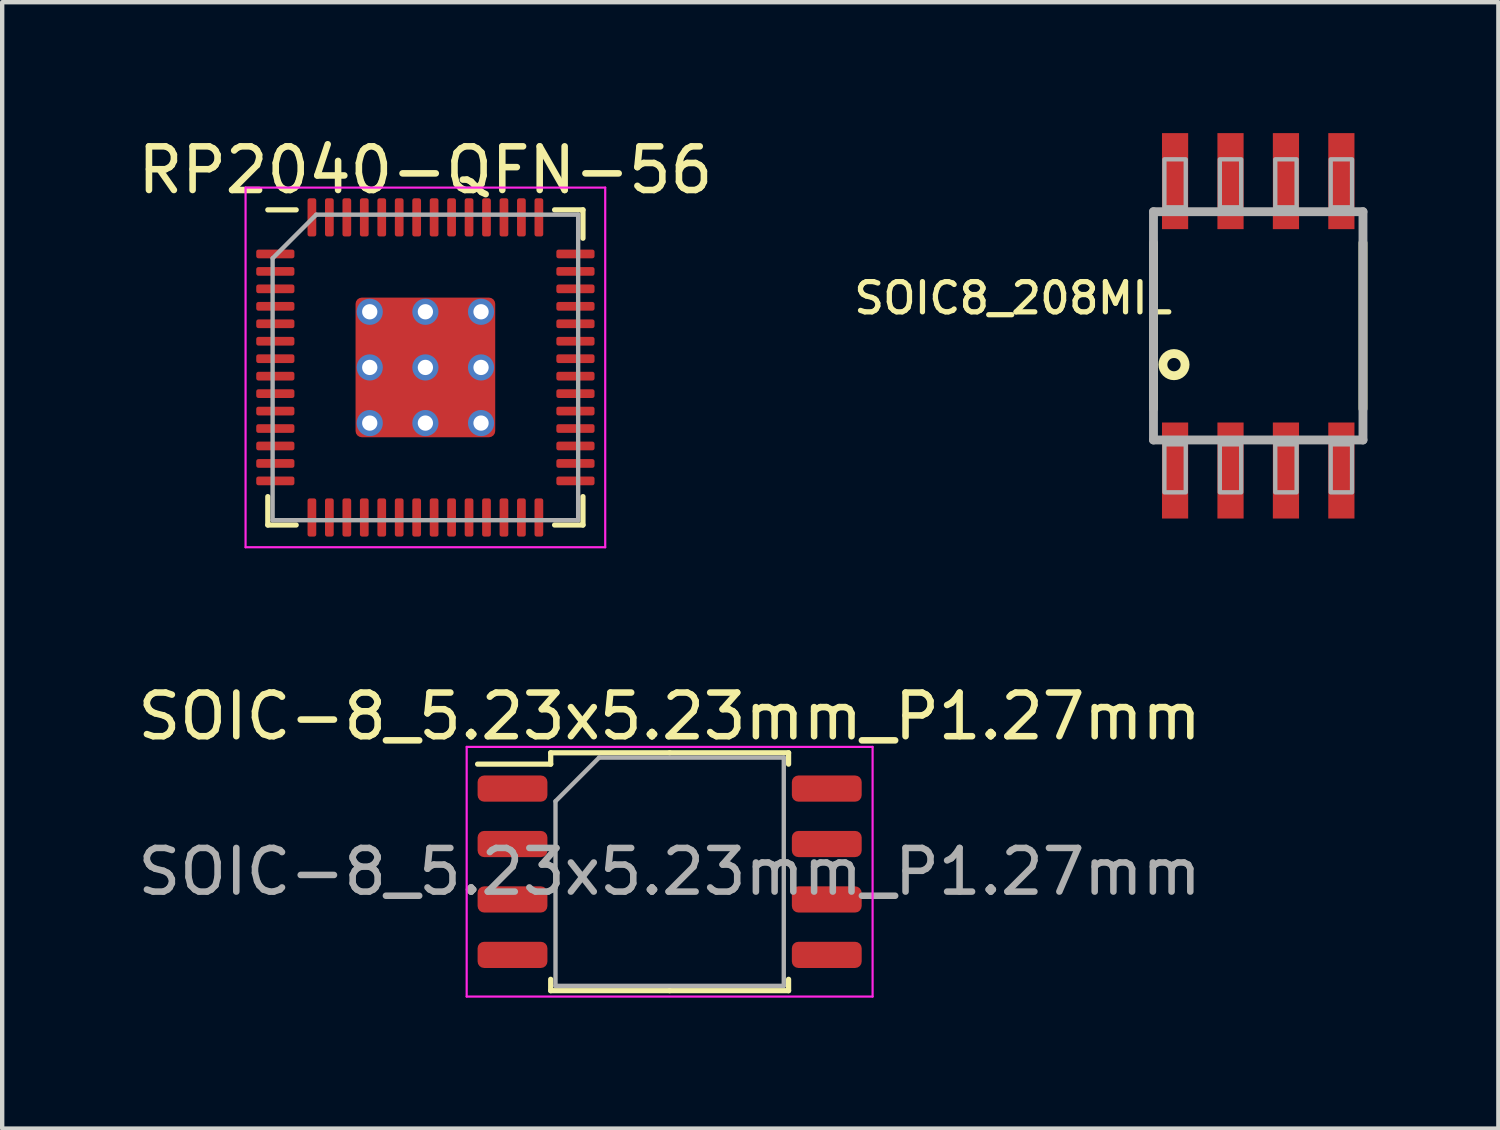
<source format=kicad_pcb>
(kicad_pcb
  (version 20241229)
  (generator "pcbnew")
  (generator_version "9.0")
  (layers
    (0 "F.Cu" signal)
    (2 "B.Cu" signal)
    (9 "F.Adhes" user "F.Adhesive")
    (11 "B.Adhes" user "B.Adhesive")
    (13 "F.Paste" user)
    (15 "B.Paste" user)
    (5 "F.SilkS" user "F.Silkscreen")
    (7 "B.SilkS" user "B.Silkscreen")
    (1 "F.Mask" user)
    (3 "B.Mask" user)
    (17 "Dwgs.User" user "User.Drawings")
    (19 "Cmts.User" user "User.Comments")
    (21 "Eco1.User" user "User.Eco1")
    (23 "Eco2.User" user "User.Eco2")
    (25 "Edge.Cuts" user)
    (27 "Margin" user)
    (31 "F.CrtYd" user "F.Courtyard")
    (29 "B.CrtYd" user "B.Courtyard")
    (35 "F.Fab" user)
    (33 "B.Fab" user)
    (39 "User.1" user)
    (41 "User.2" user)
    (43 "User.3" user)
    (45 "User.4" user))
  (footprint "RP2040-QFN-56"
    (layer "F.Cu")
    (at 6.696 5.368)
    (property "Reference" "RP2040-QFN-56" (at 0 -4.52 180) (layer "F.SilkS") (effects (font (size 1 1) (thickness 0.15))))
    (attr smd)
    (fp_line (start -3.61 3.61) (end -3.61 2.96) (stroke (width 0.12) (type solid)) (layer "F.SilkS"))
    (fp_line (start -2.96 -3.61) (end -3.61 -3.61) (stroke (width 0.12) (type solid)) (layer "F.SilkS"))
    (fp_line (start -2.96 3.61) (end -3.61 3.61) (stroke (width 0.12) (type solid)) (layer "F.SilkS"))
    (fp_line (start 2.96 -3.61) (end 3.61 -3.61) (stroke (width 0.12) (type solid)) (layer "F.SilkS"))
    (fp_line (start 2.96 3.61) (end 3.61 3.61) (stroke (width 0.12) (type solid)) (layer "F.SilkS"))
    (fp_line (start 3.61 -3.61) (end 3.61 -2.96) (stroke (width 0.12) (type solid)) (layer "F.SilkS"))
    (fp_line (start 3.61 3.61) (end 3.61 2.96) (stroke (width 0.12) (type solid)) (layer "F.SilkS"))
    (fp_line (start -4.12 -4.12) (end -4.12 4.12) (stroke (width 0.05) (type solid)) (layer "F.CrtYd"))
    (fp_line (start -4.12 4.12) (end 4.12 4.12) (stroke (width 0.05) (type solid)) (layer "F.CrtYd"))
    (fp_line (start 4.12 -4.12) (end -4.12 -4.12) (stroke (width 0.05) (type solid)) (layer "F.CrtYd"))
    (fp_line (start 4.12 4.12) (end 4.12 -4.12) (stroke (width 0.05) (type solid)) (layer "F.CrtYd"))
    (fp_line (start -3.5 -2.5) (end -2.5 -3.5) (stroke (width 0.1) (type solid)) (layer "F.Fab"))
    (fp_line (start -3.5 3.5) (end -3.5 -2.5) (stroke (width 0.1) (type solid)) (layer "F.Fab"))
    (fp_line (start -2.5 -3.5) (end 3.5 -3.5) (stroke (width 0.1) (type solid)) (layer "F.Fab"))
    (fp_line (start 3.5 -3.5) (end 3.5 3.5) (stroke (width 0.1) (type solid)) (layer "F.Fab"))
    (fp_line (start 3.5 3.5) (end -3.5 3.5) (stroke (width 0.1) (type solid)) (layer "F.Fab"))
    (pad "" smd roundrect (at -0.637 -0.637) (size 1.084 1.084) (layers "F.Paste") (roundrect_rratio 0.231))
    (pad "" smd roundrect (at -0.637 0.637) (size 1.084 1.084) (layers "F.Paste") (roundrect_rratio 0.231))
    (pad "" smd roundrect (at 0.637 -0.637) (size 1.084 1.084) (layers "F.Paste") (roundrect_rratio 0.231))
    (pad "" smd roundrect (at 0.637 0.637) (size 1.084 1.084) (layers "F.Paste") (roundrect_rratio 0.231))
    (pad "1" smd roundrect (at -3.438 -2.6) (size 0.875 0.2) (layers "F.Cu" "F.Mask" "F.Paste") (roundrect_rratio 0.25))
    (pad "2" smd roundrect (at -3.438 -2.2) (size 0.875 0.2) (layers "F.Cu" "F.Mask" "F.Paste") (roundrect_rratio 0.25))
    (pad "3" smd roundrect (at -3.438 -1.8) (size 0.875 0.2) (layers "F.Cu" "F.Mask" "F.Paste") (roundrect_rratio 0.25))
    (pad "4" smd roundrect (at -3.438 -1.4) (size 0.875 0.2) (layers "F.Cu" "F.Mask" "F.Paste") (roundrect_rratio 0.25))
    (pad "5" smd roundrect (at -3.438 -1) (size 0.875 0.2) (layers "F.Cu" "F.Mask" "F.Paste") (roundrect_rratio 0.25))
    (pad "6" smd roundrect (at -3.438 -0.6) (size 0.875 0.2) (layers "F.Cu" "F.Mask" "F.Paste") (roundrect_rratio 0.25))
    (pad "7" smd roundrect (at -3.438 -0.2) (size 0.875 0.2) (layers "F.Cu" "F.Mask" "F.Paste") (roundrect_rratio 0.25))
    (pad "8" smd roundrect (at -3.438 0.2) (size 0.875 0.2) (layers "F.Cu" "F.Mask" "F.Paste") (roundrect_rratio 0.25))
    (pad "9" smd roundrect (at -3.438 0.6) (size 0.875 0.2) (layers "F.Cu" "F.Mask" "F.Paste") (roundrect_rratio 0.25))
    (pad "10" smd roundrect (at -3.438 1) (size 0.875 0.2) (layers "F.Cu" "F.Mask" "F.Paste") (roundrect_rratio 0.25))
    (pad "11" smd roundrect (at -3.438 1.4) (size 0.875 0.2) (layers "F.Cu" "F.Mask" "F.Paste") (roundrect_rratio 0.25))
    (pad "12" smd roundrect (at -3.438 1.8) (size 0.875 0.2) (layers "F.Cu" "F.Mask" "F.Paste") (roundrect_rratio 0.25))
    (pad "13" smd roundrect (at -3.438 2.2) (size 0.875 0.2) (layers "F.Cu" "F.Mask" "F.Paste") (roundrect_rratio 0.25))
    (pad "14" smd roundrect (at -3.438 2.6) (size 0.875 0.2) (layers "F.Cu" "F.Mask" "F.Paste") (roundrect_rratio 0.25))
    (pad "15" smd roundrect (at -2.6 3.438) (size 0.2 0.875) (layers "F.Cu" "F.Mask" "F.Paste") (roundrect_rratio 0.25))
    (pad "16" smd roundrect (at -2.2 3.438) (size 0.2 0.875) (layers "F.Cu" "F.Mask" "F.Paste") (roundrect_rratio 0.25))
    (pad "17" smd roundrect (at -1.8 3.438) (size 0.2 0.875) (layers "F.Cu" "F.Mask" "F.Paste") (roundrect_rratio 0.25))
    (pad "18" smd roundrect (at -1.4 3.438) (size 0.2 0.875) (layers "F.Cu" "F.Mask" "F.Paste") (roundrect_rratio 0.25))
    (pad "19" smd roundrect (at -1 3.438) (size 0.2 0.875) (layers "F.Cu" "F.Mask" "F.Paste") (roundrect_rratio 0.25))
    (pad "20" smd roundrect (at -0.6 3.438) (size 0.2 0.875) (layers "F.Cu" "F.Mask" "F.Paste") (roundrect_rratio 0.25))
    (pad "21" smd roundrect (at -0.2 3.438) (size 0.2 0.875) (layers "F.Cu" "F.Mask" "F.Paste") (roundrect_rratio 0.25))
    (pad "22" smd roundrect (at 0.2 3.438) (size 0.2 0.875) (layers "F.Cu" "F.Mask" "F.Paste") (roundrect_rratio 0.25))
    (pad "23" smd roundrect (at 0.6 3.438) (size 0.2 0.875) (layers "F.Cu" "F.Mask" "F.Paste") (roundrect_rratio 0.25))
    (pad "24" smd roundrect (at 1 3.438) (size 0.2 0.875) (layers "F.Cu" "F.Mask" "F.Paste") (roundrect_rratio 0.25))
    (pad "25" smd roundrect (at 1.4 3.438) (size 0.2 0.875) (layers "F.Cu" "F.Mask" "F.Paste") (roundrect_rratio 0.25))
    (pad "26" smd roundrect (at 1.8 3.438) (size 0.2 0.875) (layers "F.Cu" "F.Mask" "F.Paste") (roundrect_rratio 0.25))
    (pad "27" smd roundrect (at 2.2 3.438) (size 0.2 0.875) (layers "F.Cu" "F.Mask" "F.Paste") (roundrect_rratio 0.25))
    (pad "28" smd roundrect (at 2.6 3.438) (size 0.2 0.875) (layers "F.Cu" "F.Mask" "F.Paste") (roundrect_rratio 0.25))
    (pad "29" smd roundrect (at 3.438 2.6) (size 0.875 0.2) (layers "F.Cu" "F.Mask" "F.Paste") (roundrect_rratio 0.25))
    (pad "30" smd roundrect (at 3.438 2.2) (size 0.875 0.2) (layers "F.Cu" "F.Mask" "F.Paste") (roundrect_rratio 0.25))
    (pad "31" smd roundrect (at 3.438 1.8) (size 0.875 0.2) (layers "F.Cu" "F.Mask" "F.Paste") (roundrect_rratio 0.25))
    (pad "32" smd roundrect (at 3.438 1.4) (size 0.875 0.2) (layers "F.Cu" "F.Mask" "F.Paste") (roundrect_rratio 0.25))
    (pad "33" smd roundrect (at 3.438 1) (size 0.875 0.2) (layers "F.Cu" "F.Mask" "F.Paste") (roundrect_rratio 0.25))
    (pad "34" smd roundrect (at 3.438 0.6) (size 0.875 0.2) (layers "F.Cu" "F.Mask" "F.Paste") (roundrect_rratio 0.25))
    (pad "35" smd roundrect (at 3.438 0.2) (size 0.875 0.2) (layers "F.Cu" "F.Mask" "F.Paste") (roundrect_rratio 0.25))
    (pad "36" smd roundrect (at 3.438 -0.2) (size 0.875 0.2) (layers "F.Cu" "F.Mask" "F.Paste") (roundrect_rratio 0.25))
    (pad "37" smd roundrect (at 3.438 -0.6) (size 0.875 0.2) (layers "F.Cu" "F.Mask" "F.Paste") (roundrect_rratio 0.25))
    (pad "38" smd roundrect (at 3.438 -1) (size 0.875 0.2) (layers "F.Cu" "F.Mask" "F.Paste") (roundrect_rratio 0.25))
    (pad "39" smd roundrect (at 3.438 -1.4) (size 0.875 0.2) (layers "F.Cu" "F.Mask" "F.Paste") (roundrect_rratio 0.25))
    (pad "40" smd roundrect (at 3.438 -1.8) (size 0.875 0.2) (layers "F.Cu" "F.Mask" "F.Paste") (roundrect_rratio 0.25))
    (pad "41" smd roundrect (at 3.438 -2.2) (size 0.875 0.2) (layers "F.Cu" "F.Mask" "F.Paste") (roundrect_rratio 0.25))
    (pad "42" smd roundrect (at 3.438 -2.6) (size 0.875 0.2) (layers "F.Cu" "F.Mask" "F.Paste") (roundrect_rratio 0.25))
    (pad "43" smd roundrect (at 2.6 -3.438) (size 0.2 0.875) (layers "F.Cu" "F.Mask" "F.Paste") (roundrect_rratio 0.25))
    (pad "44" smd roundrect (at 2.2 -3.438) (size 0.2 0.875) (layers "F.Cu" "F.Mask" "F.Paste") (roundrect_rratio 0.25))
    (pad "45" smd roundrect (at 1.8 -3.438) (size 0.2 0.875) (layers "F.Cu" "F.Mask" "F.Paste") (roundrect_rratio 0.25))
    (pad "46" smd roundrect (at 1.4 -3.438) (size 0.2 0.875) (layers "F.Cu" "F.Mask" "F.Paste") (roundrect_rratio 0.25))
    (pad "47" smd roundrect (at 1 -3.438) (size 0.2 0.875) (layers "F.Cu" "F.Mask" "F.Paste") (roundrect_rratio 0.25))
    (pad "48" smd roundrect (at 0.6 -3.438) (size 0.2 0.875) (layers "F.Cu" "F.Mask" "F.Paste") (roundrect_rratio 0.25))
    (pad "49" smd roundrect (at 0.2 -3.438) (size 0.2 0.875) (layers "F.Cu" "F.Mask" "F.Paste") (roundrect_rratio 0.25))
    (pad "50" smd roundrect (at -0.2 -3.438) (size 0.2 0.875) (layers "F.Cu" "F.Mask" "F.Paste") (roundrect_rratio 0.25))
    (pad "51" smd roundrect (at -0.6 -3.438) (size 0.2 0.875) (layers "F.Cu" "F.Mask" "F.Paste") (roundrect_rratio 0.25))
    (pad "52" smd roundrect (at -1 -3.438) (size 0.2 0.875) (layers "F.Cu" "F.Mask" "F.Paste") (roundrect_rratio 0.25))
    (pad "53" smd roundrect (at -1.4 -3.438) (size 0.2 0.875) (layers "F.Cu" "F.Mask" "F.Paste") (roundrect_rratio 0.25))
    (pad "54" smd roundrect (at -1.8 -3.438) (size 0.2 0.875) (layers "F.Cu" "F.Mask" "F.Paste") (roundrect_rratio 0.25))
    (pad "55" smd roundrect (at -2.2 -3.438) (size 0.2 0.875) (layers "F.Cu" "F.Mask" "F.Paste") (roundrect_rratio 0.25))
    (pad "56" smd roundrect (at -2.6 -3.438) (size 0.2 0.875) (layers "F.Cu" "F.Mask" "F.Paste") (roundrect_rratio 0.25))
    (pad "57" thru_hole circle (at -1.275 -1.275) (size 0.6 0.6) (drill 0.35) (layers "*.Cu"))
    (pad "57" thru_hole circle (at -1.275 0) (size 0.6 0.6) (drill 0.35) (layers "*.Cu"))
    (pad "57" thru_hole circle (at -1.275 1.275) (size 0.6 0.6) (drill 0.35) (layers "*.Cu"))
    (pad "57" thru_hole circle (at 0 -1.275) (size 0.6 0.6) (drill 0.35) (layers "*.Cu"))
    (pad "57" thru_hole circle (at 0 0) (size 0.6 0.6) (drill 0.35) (layers "*.Cu"))
    (pad "57" smd roundrect (at 0 0) (size 3.2 3.2) (layers "F.Cu" "F.Mask") (roundrect_rratio 0.045))
    (pad "57" thru_hole circle (at 0 1.275) (size 0.6 0.6) (drill 0.35) (layers "*.Cu"))
    (pad "57" thru_hole circle (at 1.275 -1.275) (size 0.6 0.6) (drill 0.35) (layers "*.Cu"))
    (pad "57" thru_hole circle (at 1.275 0) (size 0.6 0.6) (drill 0.35) (layers "*.Cu"))
    (pad "57" thru_hole circle (at 1.275 1.275) (size 0.6 0.6) (drill 0.35) (layers "*.Cu")))
  (footprint "SOIC-8_5.23x5.23mm_P1.27mm"
    (layer "F.Cu")
    (at 12.292 16.922)
    (property "Reference" "SOIC-8_5.23x5.23mm_P1.27mm" (at 0 -3.56 0) (layer "F.SilkS") (effects (font (size 1 1) (thickness 0.15))))
    (attr smd)
    (fp_line (start -2.725 -2.725) (end -2.725 -2.465) (stroke (width 0.12) (type solid)) (layer "F.SilkS"))
    (fp_line (start -2.725 -2.465) (end -4.4 -2.465) (stroke (width 0.12) (type solid)) (layer "F.SilkS"))
    (fp_line (start -2.725 2.725) (end -2.725 2.465) (stroke (width 0.12) (type solid)) (layer "F.SilkS"))
    (fp_line (start 0 -2.725) (end -2.725 -2.725) (stroke (width 0.12) (type solid)) (layer "F.SilkS"))
    (fp_line (start 0 -2.725) (end 2.725 -2.725) (stroke (width 0.12) (type solid)) (layer "F.SilkS"))
    (fp_line (start 0 2.725) (end -2.725 2.725) (stroke (width 0.12) (type solid)) (layer "F.SilkS"))
    (fp_line (start 0 2.725) (end 2.725 2.725) (stroke (width 0.12) (type solid)) (layer "F.SilkS"))
    (fp_line (start 2.725 -2.725) (end 2.725 -2.465) (stroke (width 0.12) (type solid)) (layer "F.SilkS"))
    (fp_line (start 2.725 2.725) (end 2.725 2.465) (stroke (width 0.12) (type solid)) (layer "F.SilkS"))
    (fp_line (start -4.65 -2.86) (end -4.65 2.86) (stroke (width 0.05) (type solid)) (layer "F.CrtYd"))
    (fp_line (start -4.65 2.86) (end 4.65 2.86) (stroke (width 0.05) (type solid)) (layer "F.CrtYd"))
    (fp_line (start 4.65 -2.86) (end -4.65 -2.86) (stroke (width 0.05) (type solid)) (layer "F.CrtYd"))
    (fp_line (start 4.65 2.86) (end 4.65 -2.86) (stroke (width 0.05) (type solid)) (layer "F.CrtYd"))
    (fp_line (start -2.615 -1.615) (end -1.615 -2.615) (stroke (width 0.1) (type solid)) (layer "F.Fab"))
    (fp_line (start -2.615 2.615) (end -2.615 -1.615) (stroke (width 0.1) (type solid)) (layer "F.Fab"))
    (fp_line (start -1.615 -2.615) (end 2.615 -2.615) (stroke (width 0.1) (type solid)) (layer "F.Fab"))
    (fp_line (start 2.615 -2.615) (end 2.615 2.615) (stroke (width 0.1) (type solid)) (layer "F.Fab"))
    (fp_line (start 2.615 2.615) (end -2.615 2.615) (stroke (width 0.1) (type solid)) (layer "F.Fab"))
    (fp_text user "${REFERENCE}" (at 0 0 0) (layer "F.Fab") (effects (font (size 1 1) (thickness 0.15))))
    (pad "1" smd roundrect (at -3.6 -1.905) (size 1.6 0.6) (layers "F.Cu" "F.Mask" "F.Paste") (roundrect_rratio 0.25))
    (pad "2" smd roundrect (at -3.6 -0.635) (size 1.6 0.6) (layers "F.Cu" "F.Mask" "F.Paste") (roundrect_rratio 0.25))
    (pad "3" smd roundrect (at -3.6 0.635) (size 1.6 0.6) (layers "F.Cu" "F.Mask" "F.Paste") (roundrect_rratio 0.25))
    (pad "4" smd roundrect (at -3.6 1.905) (size 1.6 0.6) (layers "F.Cu" "F.Mask" "F.Paste") (roundrect_rratio 0.25))
    (pad "5" smd roundrect (at 3.6 1.905) (size 1.6 0.6) (layers "F.Cu" "F.Mask" "F.Paste") (roundrect_rratio 0.25))
    (pad "6" smd roundrect (at 3.6 0.635) (size 1.6 0.6) (layers "F.Cu" "F.Mask" "F.Paste") (roundrect_rratio 0.25))
    (pad "7" smd roundrect (at 3.6 -0.635) (size 1.6 0.6) (layers "F.Cu" "F.Mask" "F.Paste") (roundrect_rratio 0.25))
    (pad "8" smd roundrect (at 3.6 -1.905) (size 1.6 0.6) (layers "F.Cu" "F.Mask" "F.Paste") (roundrect_rratio 0.25)))
  (footprint "SOIC8_208MIL"
    (layer "F.Cu")
    (at 25.777 4.415)
    (property "Reference" "SOIC8_208MIL" (at -1.905 -0.635 180) (layer "F.SilkS") (effects (font (size 0.693 0.693) (thickness 0.12)) (justify right)))
    (fp_line (start -2.4 1.9) (end -2.4 -1.9) (stroke (width 0.203) (type solid)) (layer "F.SilkS"))
    (fp_line (start 2.4 -1.9) (end 2.4 1.9) (stroke (width 0.203) (type solid)) (layer "F.SilkS"))
    (fp_circle (center -1.93 0.889) (end -1.676 0.889) (stroke (width 0.203) (type solid)) (fill no) (layer "F.SilkS"))
    (fp_line (start -2.4 -2.615) (end 2.4 -2.615) (stroke (width 0.203) (type solid)) (layer "F.Fab"))
    (fp_line (start -2.4 2.615) (end -2.4 -2.615) (stroke (width 0.203) (type solid)) (layer "F.Fab"))
    (fp_line (start 2.4 -2.615) (end 2.4 2.615) (stroke (width 0.203) (type solid)) (layer "F.Fab"))
    (fp_line (start 2.4 2.615) (end -2.4 2.615) (stroke (width 0.203) (type solid)) (layer "F.Fab"))
    (fp_poly (pts (xy -2.15 -2.715) (xy -1.66 -2.715) (xy -1.66 -3.815) (xy -2.15 -3.815)) (stroke (width 0.1) (type solid)) (fill no) (layer "F.Fab"))
    (fp_poly (pts (xy -2.15 3.815) (xy -1.66 3.815) (xy -1.66 2.715) (xy -2.15 2.715)) (stroke (width 0.1) (type solid)) (fill no) (layer "F.Fab"))
    (fp_poly (pts (xy -0.88 -2.715) (xy -0.39 -2.715) (xy -0.39 -3.815) (xy -0.88 -3.815)) (stroke (width 0.1) (type solid)) (fill no) (layer "F.Fab"))
    (fp_poly (pts (xy -0.88 3.815) (xy -0.39 3.815) (xy -0.39 2.715) (xy -0.88 2.715)) (stroke (width 0.1) (type solid)) (fill no) (layer "F.Fab"))
    (fp_poly (pts (xy 0.39 -2.715) (xy 0.88 -2.715) (xy 0.88 -3.815) (xy 0.39 -3.815)) (stroke (width 0.1) (type solid)) (fill no) (layer "F.Fab"))
    (fp_poly (pts (xy 0.39 3.815) (xy 0.88 3.815) (xy 0.88 2.715) (xy 0.39 2.715)) (stroke (width 0.1) (type solid)) (fill no) (layer "F.Fab"))
    (fp_poly (pts (xy 1.66 -2.715) (xy 2.15 -2.715) (xy 2.15 -3.815) (xy 1.66 -3.815)) (stroke (width 0.1) (type solid)) (fill no) (layer "F.Fab"))
    (fp_poly (pts (xy 1.66 3.815) (xy 2.15 3.815) (xy 2.15 2.715) (xy 1.66 2.715)) (stroke (width 0.1) (type solid)) (fill no) (layer "F.Fab"))
    (pad "1" smd rect (at -1.905 3.315) (size 0.6 2.2) (layers "F.Cu" "F.Mask" "F.Paste"))
    (pad "2" smd rect (at -0.635 3.315) (size 0.6 2.2) (layers "F.Cu" "F.Mask" "F.Paste"))
    (pad "3" smd rect (at 0.635 3.315) (size 0.6 2.2) (layers "F.Cu" "F.Mask" "F.Paste"))
    (pad "4" smd rect (at 1.905 3.315) (size 0.6 2.2) (layers "F.Cu" "F.Mask" "F.Paste"))
    (pad "5" smd rect (at 1.905 -3.315) (size 0.6 2.2) (layers "F.Cu" "F.Mask" "F.Paste"))
    (pad "6" smd rect (at 0.635 -3.315) (size 0.6 2.2) (layers "F.Cu" "F.Mask" "F.Paste"))
    (pad "7" smd rect (at -0.635 -3.315) (size 0.6 2.2) (layers "F.Cu" "F.Mask" "F.Paste"))
    (pad "8" smd rect (at -1.905 -3.315) (size 0.6 2.2) (layers "F.Cu" "F.Mask" "F.Paste")))
  (gr_rect
    (start -3 -3)
    (end 31.279 22.806)
    (stroke (width 0.1) (type default))
    (fill no)
    (layer "Edge.Cuts")))
</source>
